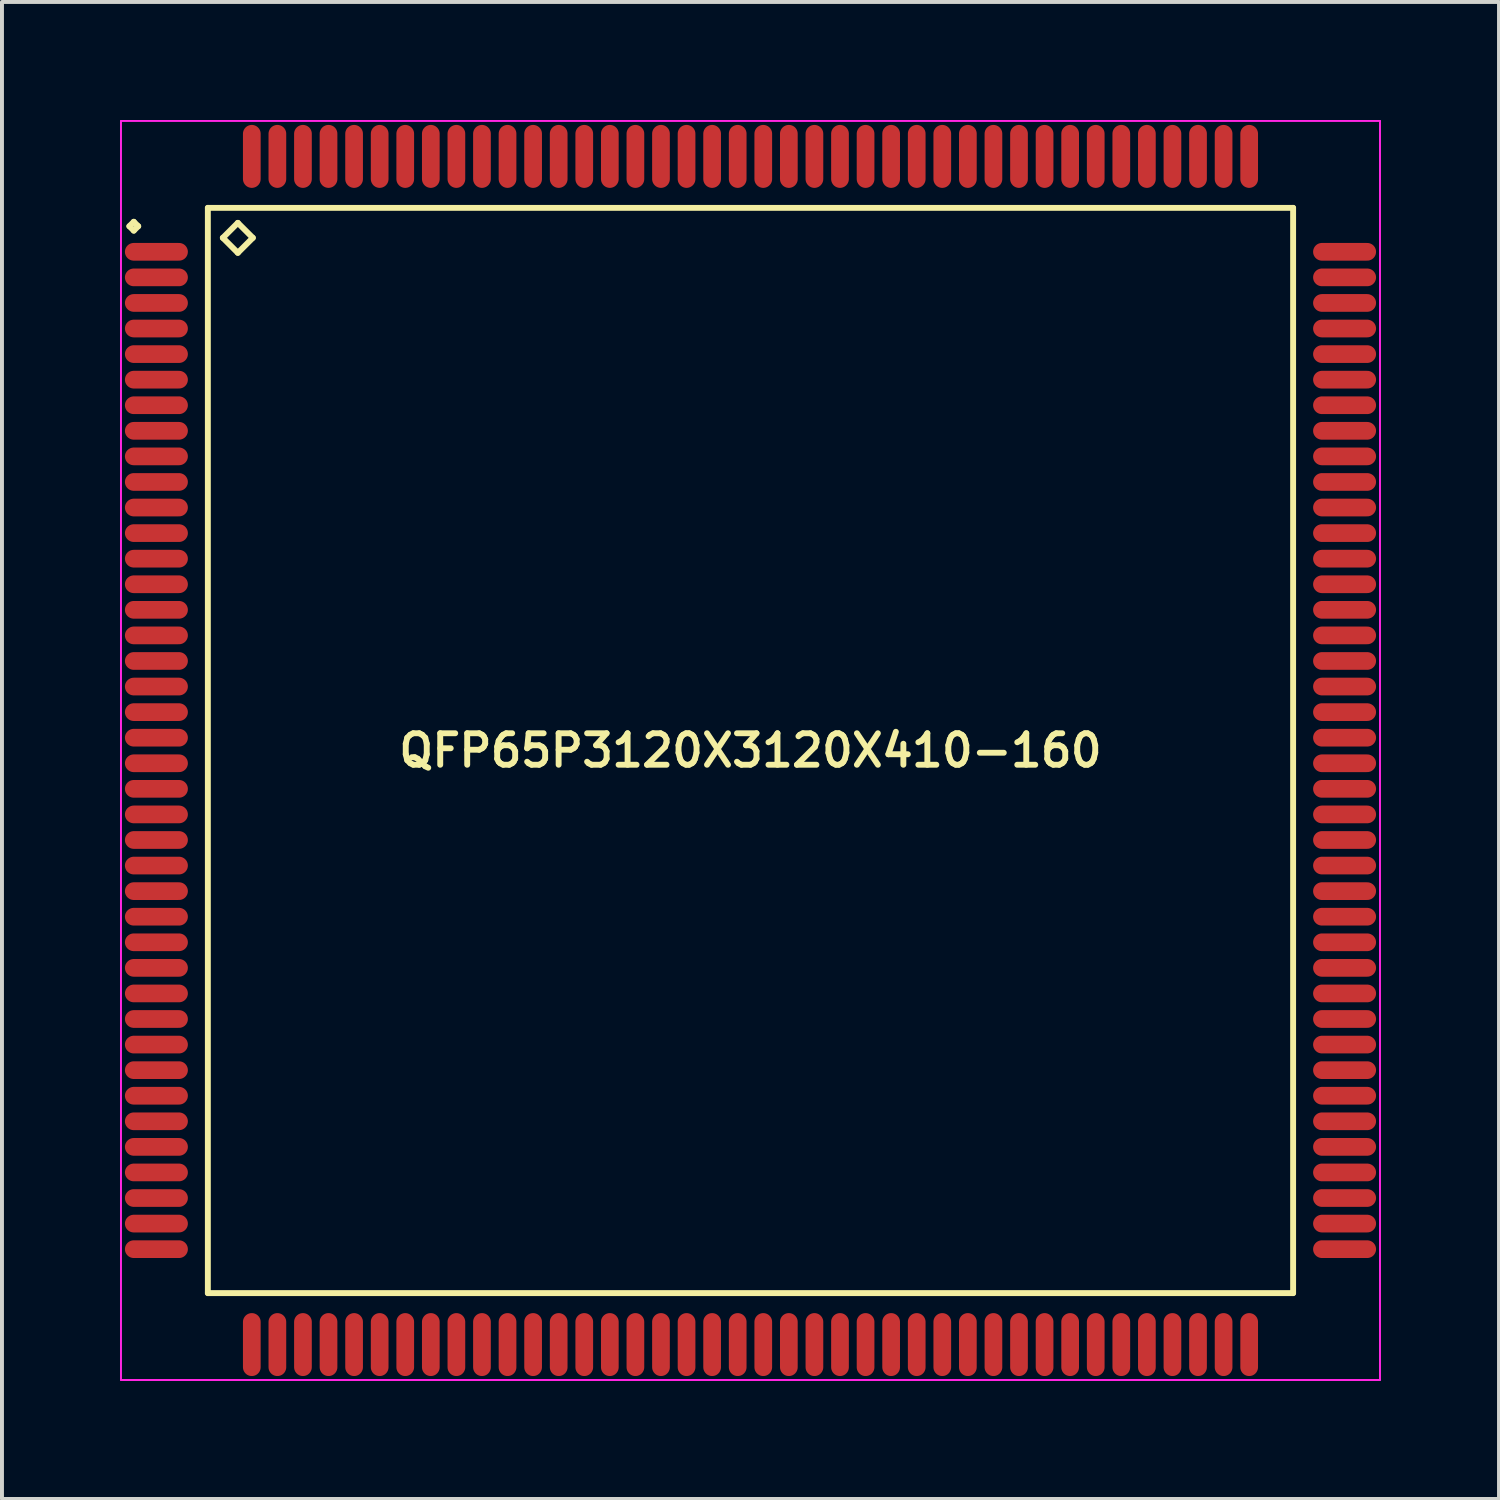
<source format=kicad_pcb>
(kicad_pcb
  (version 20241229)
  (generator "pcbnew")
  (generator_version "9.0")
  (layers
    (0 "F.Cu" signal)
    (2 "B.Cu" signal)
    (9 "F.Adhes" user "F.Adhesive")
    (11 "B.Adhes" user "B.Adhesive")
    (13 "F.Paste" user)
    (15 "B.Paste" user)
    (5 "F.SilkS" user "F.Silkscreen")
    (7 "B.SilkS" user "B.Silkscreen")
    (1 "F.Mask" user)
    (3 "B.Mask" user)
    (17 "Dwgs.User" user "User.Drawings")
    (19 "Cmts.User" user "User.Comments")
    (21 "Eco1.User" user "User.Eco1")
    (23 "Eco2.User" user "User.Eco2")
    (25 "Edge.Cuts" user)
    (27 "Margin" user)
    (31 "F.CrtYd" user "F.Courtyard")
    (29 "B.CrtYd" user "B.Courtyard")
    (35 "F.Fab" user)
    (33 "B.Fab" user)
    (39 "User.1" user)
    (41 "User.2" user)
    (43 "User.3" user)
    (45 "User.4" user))
  (footprint "QFP65P3120X3120X410-160"
    (layer "F.Cu")
    (at 16.025 16.025)
    (property "Reference" "QFP65P3120X3120X410-160" (at 0 0 0) (layer "F.SilkS") (effects (font (size 0.8 0.8) (thickness 0.15))))
    (attr smd)
    (fp_line (start -15.787 -13.325) (end -15.675 -13.438) (stroke (width 0.15) (type solid)) (layer "F.SilkS"))
    (fp_line (start -15.675 -13.438) (end -15.562 -13.325) (stroke (width 0.15) (type solid)) (layer "F.SilkS"))
    (fp_line (start -15.675 -13.213) (end -15.787 -13.325) (stroke (width 0.15) (type solid)) (layer "F.SilkS"))
    (fp_line (start -15.562 -13.325) (end -15.675 -13.213) (stroke (width 0.15) (type solid)) (layer "F.SilkS"))
    (fp_line (start -13.792 -13.792) (end -13.792 13.792) (stroke (width 0.15) (type solid)) (layer "F.SilkS"))
    (fp_line (start -13.792 13.792) (end 13.792 13.792) (stroke (width 0.15) (type solid)) (layer "F.SilkS"))
    (fp_line (start -13.411 -13.03) (end -13.03 -13.411) (stroke (width 0.15) (type solid)) (layer "F.SilkS"))
    (fp_line (start -13.03 -13.411) (end -12.649 -13.03) (stroke (width 0.15) (type solid)) (layer "F.SilkS"))
    (fp_line (start -13.03 -12.649) (end -13.411 -13.03) (stroke (width 0.15) (type solid)) (layer "F.SilkS"))
    (fp_line (start -12.649 -13.03) (end -13.03 -12.649) (stroke (width 0.15) (type solid)) (layer "F.SilkS"))
    (fp_line (start 13.792 -13.792) (end -13.792 -13.792) (stroke (width 0.15) (type solid)) (layer "F.SilkS"))
    (fp_line (start 13.792 13.792) (end 13.792 -13.792) (stroke (width 0.15) (type solid)) (layer "F.SilkS"))
    (fp_line (start -16 -16) (end 16 -16) (stroke (width 0.05) (type solid)) (layer "F.CrtYd"))
    (fp_line (start -16 16) (end -16 -16) (stroke (width 0.05) (type solid)) (layer "F.CrtYd"))
    (fp_line (start 16 -16) (end 16 16) (stroke (width 0.05) (type solid)) (layer "F.CrtYd"))
    (fp_line (start 16 16) (end -16 16) (stroke (width 0.05) (type solid)) (layer "F.CrtYd"))
    (pad "1" smd oval (at -15.1 -12.675) (size 1.6 0.45) (layers "F.Cu" "F.Mask" "F.Paste"))
    (pad "2" smd oval (at -15.1 -12.025) (size 1.6 0.45) (layers "F.Cu" "F.Mask" "F.Paste"))
    (pad "3" smd oval (at -15.1 -11.375) (size 1.6 0.45) (layers "F.Cu" "F.Mask" "F.Paste"))
    (pad "4" smd oval (at -15.1 -10.725) (size 1.6 0.45) (layers "F.Cu" "F.Mask" "F.Paste"))
    (pad "5" smd oval (at -15.1 -10.075) (size 1.6 0.45) (layers "F.Cu" "F.Mask" "F.Paste"))
    (pad "6" smd oval (at -15.1 -9.425) (size 1.6 0.45) (layers "F.Cu" "F.Mask" "F.Paste"))
    (pad "7" smd oval (at -15.1 -8.775) (size 1.6 0.45) (layers "F.Cu" "F.Mask" "F.Paste"))
    (pad "8" smd oval (at -15.1 -8.125) (size 1.6 0.45) (layers "F.Cu" "F.Mask" "F.Paste"))
    (pad "9" smd oval (at -15.1 -7.475) (size 1.6 0.45) (layers "F.Cu" "F.Mask" "F.Paste"))
    (pad "10" smd oval (at -15.1 -6.825) (size 1.6 0.45) (layers "F.Cu" "F.Mask" "F.Paste"))
    (pad "11" smd oval (at -15.1 -6.175) (size 1.6 0.45) (layers "F.Cu" "F.Mask" "F.Paste"))
    (pad "12" smd oval (at -15.1 -5.525) (size 1.6 0.45) (layers "F.Cu" "F.Mask" "F.Paste"))
    (pad "13" smd oval (at -15.1 -4.875) (size 1.6 0.45) (layers "F.Cu" "F.Mask" "F.Paste"))
    (pad "14" smd oval (at -15.1 -4.225) (size 1.6 0.45) (layers "F.Cu" "F.Mask" "F.Paste"))
    (pad "15" smd oval (at -15.1 -3.575) (size 1.6 0.45) (layers "F.Cu" "F.Mask" "F.Paste"))
    (pad "16" smd oval (at -15.1 -2.925) (size 1.6 0.45) (layers "F.Cu" "F.Mask" "F.Paste"))
    (pad "17" smd oval (at -15.1 -2.275) (size 1.6 0.45) (layers "F.Cu" "F.Mask" "F.Paste"))
    (pad "18" smd oval (at -15.1 -1.625) (size 1.6 0.45) (layers "F.Cu" "F.Mask" "F.Paste"))
    (pad "19" smd oval (at -15.1 -0.975) (size 1.6 0.45) (layers "F.Cu" "F.Mask" "F.Paste"))
    (pad "20" smd oval (at -15.1 -0.325) (size 1.6 0.45) (layers "F.Cu" "F.Mask" "F.Paste"))
    (pad "21" smd oval (at -15.1 0.325) (size 1.6 0.45) (layers "F.Cu" "F.Mask" "F.Paste"))
    (pad "22" smd oval (at -15.1 0.975) (size 1.6 0.45) (layers "F.Cu" "F.Mask" "F.Paste"))
    (pad "23" smd oval (at -15.1 1.625) (size 1.6 0.45) (layers "F.Cu" "F.Mask" "F.Paste"))
    (pad "24" smd oval (at -15.1 2.275) (size 1.6 0.45) (layers "F.Cu" "F.Mask" "F.Paste"))
    (pad "25" smd oval (at -15.1 2.925) (size 1.6 0.45) (layers "F.Cu" "F.Mask" "F.Paste"))
    (pad "26" smd oval (at -15.1 3.575) (size 1.6 0.45) (layers "F.Cu" "F.Mask" "F.Paste"))
    (pad "27" smd oval (at -15.1 4.225) (size 1.6 0.45) (layers "F.Cu" "F.Mask" "F.Paste"))
    (pad "28" smd oval (at -15.1 4.875) (size 1.6 0.45) (layers "F.Cu" "F.Mask" "F.Paste"))
    (pad "29" smd oval (at -15.1 5.525) (size 1.6 0.45) (layers "F.Cu" "F.Mask" "F.Paste"))
    (pad "30" smd oval (at -15.1 6.175) (size 1.6 0.45) (layers "F.Cu" "F.Mask" "F.Paste"))
    (pad "31" smd oval (at -15.1 6.825) (size 1.6 0.45) (layers "F.Cu" "F.Mask" "F.Paste"))
    (pad "32" smd oval (at -15.1 7.475) (size 1.6 0.45) (layers "F.Cu" "F.Mask" "F.Paste"))
    (pad "33" smd oval (at -15.1 8.125) (size 1.6 0.45) (layers "F.Cu" "F.Mask" "F.Paste"))
    (pad "34" smd oval (at -15.1 8.775) (size 1.6 0.45) (layers "F.Cu" "F.Mask" "F.Paste"))
    (pad "35" smd oval (at -15.1 9.425) (size 1.6 0.45) (layers "F.Cu" "F.Mask" "F.Paste"))
    (pad "36" smd oval (at -15.1 10.075) (size 1.6 0.45) (layers "F.Cu" "F.Mask" "F.Paste"))
    (pad "37" smd oval (at -15.1 10.725) (size 1.6 0.45) (layers "F.Cu" "F.Mask" "F.Paste"))
    (pad "38" smd oval (at -15.1 11.375) (size 1.6 0.45) (layers "F.Cu" "F.Mask" "F.Paste"))
    (pad "39" smd oval (at -15.1 12.025) (size 1.6 0.45) (layers "F.Cu" "F.Mask" "F.Paste"))
    (pad "40" smd oval (at -15.1 12.675) (size 1.6 0.45) (layers "F.Cu" "F.Mask" "F.Paste"))
    (pad "41" smd oval (at -12.675 15.1) (size 0.45 1.6) (layers "F.Cu" "F.Mask" "F.Paste"))
    (pad "42" smd oval (at -12.025 15.1) (size 0.45 1.6) (layers "F.Cu" "F.Mask" "F.Paste"))
    (pad "43" smd oval (at -11.375 15.1) (size 0.45 1.6) (layers "F.Cu" "F.Mask" "F.Paste"))
    (pad "44" smd oval (at -10.725 15.1) (size 0.45 1.6) (layers "F.Cu" "F.Mask" "F.Paste"))
    (pad "45" smd oval (at -10.075 15.1) (size 0.45 1.6) (layers "F.Cu" "F.Mask" "F.Paste"))
    (pad "46" smd oval (at -9.425 15.1) (size 0.45 1.6) (layers "F.Cu" "F.Mask" "F.Paste"))
    (pad "47" smd oval (at -8.775 15.1) (size 0.45 1.6) (layers "F.Cu" "F.Mask" "F.Paste"))
    (pad "48" smd oval (at -8.125 15.1) (size 0.45 1.6) (layers "F.Cu" "F.Mask" "F.Paste"))
    (pad "49" smd oval (at -7.475 15.1) (size 0.45 1.6) (layers "F.Cu" "F.Mask" "F.Paste"))
    (pad "50" smd oval (at -6.825 15.1) (size 0.45 1.6) (layers "F.Cu" "F.Mask" "F.Paste"))
    (pad "51" smd oval (at -6.175 15.1) (size 0.45 1.6) (layers "F.Cu" "F.Mask" "F.Paste"))
    (pad "52" smd oval (at -5.525 15.1) (size 0.45 1.6) (layers "F.Cu" "F.Mask" "F.Paste"))
    (pad "53" smd oval (at -4.875 15.1) (size 0.45 1.6) (layers "F.Cu" "F.Mask" "F.Paste"))
    (pad "54" smd oval (at -4.225 15.1) (size 0.45 1.6) (layers "F.Cu" "F.Mask" "F.Paste"))
    (pad "55" smd oval (at -3.575 15.1) (size 0.45 1.6) (layers "F.Cu" "F.Mask" "F.Paste"))
    (pad "56" smd oval (at -2.925 15.1) (size 0.45 1.6) (layers "F.Cu" "F.Mask" "F.Paste"))
    (pad "57" smd oval (at -2.275 15.1) (size 0.45 1.6) (layers "F.Cu" "F.Mask" "F.Paste"))
    (pad "58" smd oval (at -1.625 15.1) (size 0.45 1.6) (layers "F.Cu" "F.Mask" "F.Paste"))
    (pad "59" smd oval (at -0.975 15.1) (size 0.45 1.6) (layers "F.Cu" "F.Mask" "F.Paste"))
    (pad "60" smd oval (at -0.325 15.1) (size 0.45 1.6) (layers "F.Cu" "F.Mask" "F.Paste"))
    (pad "61" smd oval (at 0.325 15.1) (size 0.45 1.6) (layers "F.Cu" "F.Mask" "F.Paste"))
    (pad "62" smd oval (at 0.975 15.1) (size 0.45 1.6) (layers "F.Cu" "F.Mask" "F.Paste"))
    (pad "63" smd oval (at 1.625 15.1) (size 0.45 1.6) (layers "F.Cu" "F.Mask" "F.Paste"))
    (pad "64" smd oval (at 2.275 15.1) (size 0.45 1.6) (layers "F.Cu" "F.Mask" "F.Paste"))
    (pad "65" smd oval (at 2.925 15.1) (size 0.45 1.6) (layers "F.Cu" "F.Mask" "F.Paste"))
    (pad "66" smd oval (at 3.575 15.1) (size 0.45 1.6) (layers "F.Cu" "F.Mask" "F.Paste"))
    (pad "67" smd oval (at 4.225 15.1) (size 0.45 1.6) (layers "F.Cu" "F.Mask" "F.Paste"))
    (pad "68" smd oval (at 4.875 15.1) (size 0.45 1.6) (layers "F.Cu" "F.Mask" "F.Paste"))
    (pad "69" smd oval (at 5.525 15.1) (size 0.45 1.6) (layers "F.Cu" "F.Mask" "F.Paste"))
    (pad "70" smd oval (at 6.175 15.1) (size 0.45 1.6) (layers "F.Cu" "F.Mask" "F.Paste"))
    (pad "71" smd oval (at 6.825 15.1) (size 0.45 1.6) (layers "F.Cu" "F.Mask" "F.Paste"))
    (pad "72" smd oval (at 7.475 15.1) (size 0.45 1.6) (layers "F.Cu" "F.Mask" "F.Paste"))
    (pad "73" smd oval (at 8.125 15.1) (size 0.45 1.6) (layers "F.Cu" "F.Mask" "F.Paste"))
    (pad "74" smd oval (at 8.775 15.1) (size 0.45 1.6) (layers "F.Cu" "F.Mask" "F.Paste"))
    (pad "75" smd oval (at 9.425 15.1) (size 0.45 1.6) (layers "F.Cu" "F.Mask" "F.Paste"))
    (pad "76" smd oval (at 10.075 15.1) (size 0.45 1.6) (layers "F.Cu" "F.Mask" "F.Paste"))
    (pad "77" smd oval (at 10.725 15.1) (size 0.45 1.6) (layers "F.Cu" "F.Mask" "F.Paste"))
    (pad "78" smd oval (at 11.375 15.1) (size 0.45 1.6) (layers "F.Cu" "F.Mask" "F.Paste"))
    (pad "79" smd oval (at 12.025 15.1) (size 0.45 1.6) (layers "F.Cu" "F.Mask" "F.Paste"))
    (pad "80" smd oval (at 12.675 15.1) (size 0.45 1.6) (layers "F.Cu" "F.Mask" "F.Paste"))
    (pad "81" smd oval (at 15.1 12.675) (size 1.6 0.45) (layers "F.Cu" "F.Mask" "F.Paste"))
    (pad "82" smd oval (at 15.1 12.025) (size 1.6 0.45) (layers "F.Cu" "F.Mask" "F.Paste"))
    (pad "83" smd oval (at 15.1 11.375) (size 1.6 0.45) (layers "F.Cu" "F.Mask" "F.Paste"))
    (pad "84" smd oval (at 15.1 10.725) (size 1.6 0.45) (layers "F.Cu" "F.Mask" "F.Paste"))
    (pad "85" smd oval (at 15.1 10.075) (size 1.6 0.45) (layers "F.Cu" "F.Mask" "F.Paste"))
    (pad "86" smd oval (at 15.1 9.425) (size 1.6 0.45) (layers "F.Cu" "F.Mask" "F.Paste"))
    (pad "87" smd oval (at 15.1 8.775) (size 1.6 0.45) (layers "F.Cu" "F.Mask" "F.Paste"))
    (pad "88" smd oval (at 15.1 8.125) (size 1.6 0.45) (layers "F.Cu" "F.Mask" "F.Paste"))
    (pad "89" smd oval (at 15.1 7.475) (size 1.6 0.45) (layers "F.Cu" "F.Mask" "F.Paste"))
    (pad "90" smd oval (at 15.1 6.825) (size 1.6 0.45) (layers "F.Cu" "F.Mask" "F.Paste"))
    (pad "91" smd oval (at 15.1 6.175) (size 1.6 0.45) (layers "F.Cu" "F.Mask" "F.Paste"))
    (pad "92" smd oval (at 15.1 5.525) (size 1.6 0.45) (layers "F.Cu" "F.Mask" "F.Paste"))
    (pad "93" smd oval (at 15.1 4.875) (size 1.6 0.45) (layers "F.Cu" "F.Mask" "F.Paste"))
    (pad "94" smd oval (at 15.1 4.225) (size 1.6 0.45) (layers "F.Cu" "F.Mask" "F.Paste"))
    (pad "95" smd oval (at 15.1 3.575) (size 1.6 0.45) (layers "F.Cu" "F.Mask" "F.Paste"))
    (pad "96" smd oval (at 15.1 2.925) (size 1.6 0.45) (layers "F.Cu" "F.Mask" "F.Paste"))
    (pad "97" smd oval (at 15.1 2.275) (size 1.6 0.45) (layers "F.Cu" "F.Mask" "F.Paste"))
    (pad "98" smd oval (at 15.1 1.625) (size 1.6 0.45) (layers "F.Cu" "F.Mask" "F.Paste"))
    (pad "99" smd oval (at 15.1 0.975) (size 1.6 0.45) (layers "F.Cu" "F.Mask" "F.Paste"))
    (pad "100" smd oval (at 15.1 0.325) (size 1.6 0.45) (layers "F.Cu" "F.Mask" "F.Paste"))
    (pad "101" smd oval (at 15.1 -0.325) (size 1.6 0.45) (layers "F.Cu" "F.Mask" "F.Paste"))
    (pad "102" smd oval (at 15.1 -0.975) (size 1.6 0.45) (layers "F.Cu" "F.Mask" "F.Paste"))
    (pad "103" smd oval (at 15.1 -1.625) (size 1.6 0.45) (layers "F.Cu" "F.Mask" "F.Paste"))
    (pad "104" smd oval (at 15.1 -2.275) (size 1.6 0.45) (layers "F.Cu" "F.Mask" "F.Paste"))
    (pad "105" smd oval (at 15.1 -2.925) (size 1.6 0.45) (layers "F.Cu" "F.Mask" "F.Paste"))
    (pad "106" smd oval (at 15.1 -3.575) (size 1.6 0.45) (layers "F.Cu" "F.Mask" "F.Paste"))
    (pad "107" smd oval (at 15.1 -4.225) (size 1.6 0.45) (layers "F.Cu" "F.Mask" "F.Paste"))
    (pad "108" smd oval (at 15.1 -4.875) (size 1.6 0.45) (layers "F.Cu" "F.Mask" "F.Paste"))
    (pad "109" smd oval (at 15.1 -5.525) (size 1.6 0.45) (layers "F.Cu" "F.Mask" "F.Paste"))
    (pad "110" smd oval (at 15.1 -6.175) (size 1.6 0.45) (layers "F.Cu" "F.Mask" "F.Paste"))
    (pad "111" smd oval (at 15.1 -6.825) (size 1.6 0.45) (layers "F.Cu" "F.Mask" "F.Paste"))
    (pad "112" smd oval (at 15.1 -7.475) (size 1.6 0.45) (layers "F.Cu" "F.Mask" "F.Paste"))
    (pad "113" smd oval (at 15.1 -8.125) (size 1.6 0.45) (layers "F.Cu" "F.Mask" "F.Paste"))
    (pad "114" smd oval (at 15.1 -8.775) (size 1.6 0.45) (layers "F.Cu" "F.Mask" "F.Paste"))
    (pad "115" smd oval (at 15.1 -9.425) (size 1.6 0.45) (layers "F.Cu" "F.Mask" "F.Paste"))
    (pad "116" smd oval (at 15.1 -10.075) (size 1.6 0.45) (layers "F.Cu" "F.Mask" "F.Paste"))
    (pad "117" smd oval (at 15.1 -10.725) (size 1.6 0.45) (layers "F.Cu" "F.Mask" "F.Paste"))
    (pad "118" smd oval (at 15.1 -11.375) (size 1.6 0.45) (layers "F.Cu" "F.Mask" "F.Paste"))
    (pad "119" smd oval (at 15.1 -12.025) (size 1.6 0.45) (layers "F.Cu" "F.Mask" "F.Paste"))
    (pad "120" smd oval (at 15.1 -12.675) (size 1.6 0.45) (layers "F.Cu" "F.Mask" "F.Paste"))
    (pad "121" smd oval (at 12.675 -15.1) (size 0.45 1.6) (layers "F.Cu" "F.Mask" "F.Paste"))
    (pad "122" smd oval (at 12.025 -15.1) (size 0.45 1.6) (layers "F.Cu" "F.Mask" "F.Paste"))
    (pad "123" smd oval (at 11.375 -15.1) (size 0.45 1.6) (layers "F.Cu" "F.Mask" "F.Paste"))
    (pad "124" smd oval (at 10.725 -15.1) (size 0.45 1.6) (layers "F.Cu" "F.Mask" "F.Paste"))
    (pad "125" smd oval (at 10.075 -15.1) (size 0.45 1.6) (layers "F.Cu" "F.Mask" "F.Paste"))
    (pad "126" smd oval (at 9.425 -15.1) (size 0.45 1.6) (layers "F.Cu" "F.Mask" "F.Paste"))
    (pad "127" smd oval (at 8.775 -15.1) (size 0.45 1.6) (layers "F.Cu" "F.Mask" "F.Paste"))
    (pad "128" smd oval (at 8.125 -15.1) (size 0.45 1.6) (layers "F.Cu" "F.Mask" "F.Paste"))
    (pad "129" smd oval (at 7.475 -15.1) (size 0.45 1.6) (layers "F.Cu" "F.Mask" "F.Paste"))
    (pad "130" smd oval (at 6.825 -15.1) (size 0.45 1.6) (layers "F.Cu" "F.Mask" "F.Paste"))
    (pad "131" smd oval (at 6.175 -15.1) (size 0.45 1.6) (layers "F.Cu" "F.Mask" "F.Paste"))
    (pad "132" smd oval (at 5.525 -15.1) (size 0.45 1.6) (layers "F.Cu" "F.Mask" "F.Paste"))
    (pad "133" smd oval (at 4.875 -15.1) (size 0.45 1.6) (layers "F.Cu" "F.Mask" "F.Paste"))
    (pad "134" smd oval (at 4.225 -15.1) (size 0.45 1.6) (layers "F.Cu" "F.Mask" "F.Paste"))
    (pad "135" smd oval (at 3.575 -15.1) (size 0.45 1.6) (layers "F.Cu" "F.Mask" "F.Paste"))
    (pad "136" smd oval (at 2.925 -15.1) (size 0.45 1.6) (layers "F.Cu" "F.Mask" "F.Paste"))
    (pad "137" smd oval (at 2.275 -15.1) (size 0.45 1.6) (layers "F.Cu" "F.Mask" "F.Paste"))
    (pad "138" smd oval (at 1.625 -15.1) (size 0.45 1.6) (layers "F.Cu" "F.Mask" "F.Paste"))
    (pad "139" smd oval (at 0.975 -15.1) (size 0.45 1.6) (layers "F.Cu" "F.Mask" "F.Paste"))
    (pad "140" smd oval (at 0.325 -15.1) (size 0.45 1.6) (layers "F.Cu" "F.Mask" "F.Paste"))
    (pad "141" smd oval (at -0.325 -15.1) (size 0.45 1.6) (layers "F.Cu" "F.Mask" "F.Paste"))
    (pad "142" smd oval (at -0.975 -15.1) (size 0.45 1.6) (layers "F.Cu" "F.Mask" "F.Paste"))
    (pad "143" smd oval (at -1.625 -15.1) (size 0.45 1.6) (layers "F.Cu" "F.Mask" "F.Paste"))
    (pad "144" smd oval (at -2.275 -15.1) (size 0.45 1.6) (layers "F.Cu" "F.Mask" "F.Paste"))
    (pad "145" smd oval (at -2.925 -15.1) (size 0.45 1.6) (layers "F.Cu" "F.Mask" "F.Paste"))
    (pad "146" smd oval (at -3.575 -15.1) (size 0.45 1.6) (layers "F.Cu" "F.Mask" "F.Paste"))
    (pad "147" smd oval (at -4.225 -15.1) (size 0.45 1.6) (layers "F.Cu" "F.Mask" "F.Paste"))
    (pad "148" smd oval (at -4.875 -15.1) (size 0.45 1.6) (layers "F.Cu" "F.Mask" "F.Paste"))
    (pad "149" smd oval (at -5.525 -15.1) (size 0.45 1.6) (layers "F.Cu" "F.Mask" "F.Paste"))
    (pad "150" smd oval (at -6.175 -15.1) (size 0.45 1.6) (layers "F.Cu" "F.Mask" "F.Paste"))
    (pad "151" smd oval (at -6.825 -15.1) (size 0.45 1.6) (layers "F.Cu" "F.Mask" "F.Paste"))
    (pad "152" smd oval (at -7.475 -15.1) (size 0.45 1.6) (layers "F.Cu" "F.Mask" "F.Paste"))
    (pad "153" smd oval (at -8.125 -15.1) (size 0.45 1.6) (layers "F.Cu" "F.Mask" "F.Paste"))
    (pad "154" smd oval (at -8.775 -15.1) (size 0.45 1.6) (layers "F.Cu" "F.Mask" "F.Paste"))
    (pad "155" smd oval (at -9.425 -15.1) (size 0.45 1.6) (layers "F.Cu" "F.Mask" "F.Paste"))
    (pad "156" smd oval (at -10.075 -15.1) (size 0.45 1.6) (layers "F.Cu" "F.Mask" "F.Paste"))
    (pad "157" smd oval (at -10.725 -15.1) (size 0.45 1.6) (layers "F.Cu" "F.Mask" "F.Paste"))
    (pad "158" smd oval (at -11.375 -15.1) (size 0.45 1.6) (layers "F.Cu" "F.Mask" "F.Paste"))
    (pad "159" smd oval (at -12.025 -15.1) (size 0.45 1.6) (layers "F.Cu" "F.Mask" "F.Paste"))
    (pad "160" smd oval (at -12.675 -15.1) (size 0.45 1.6) (layers "F.Cu" "F.Mask" "F.Paste")))
  (gr_rect
    (start -3 -3)
    (end 35.05 35.05)
    (stroke (width 0.1) (type default))
    (fill no)
    (layer "Edge.Cuts")))
</source>
